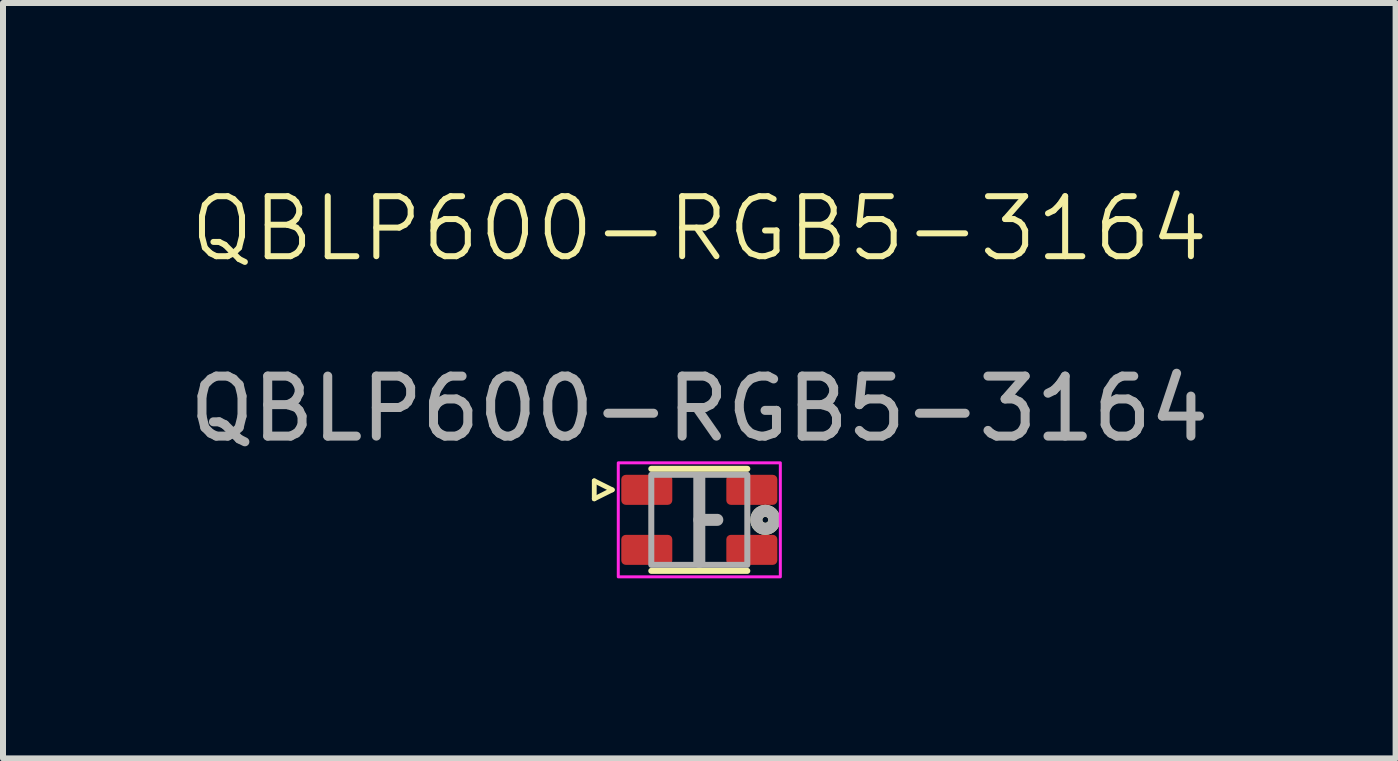
<source format=kicad_pcb>
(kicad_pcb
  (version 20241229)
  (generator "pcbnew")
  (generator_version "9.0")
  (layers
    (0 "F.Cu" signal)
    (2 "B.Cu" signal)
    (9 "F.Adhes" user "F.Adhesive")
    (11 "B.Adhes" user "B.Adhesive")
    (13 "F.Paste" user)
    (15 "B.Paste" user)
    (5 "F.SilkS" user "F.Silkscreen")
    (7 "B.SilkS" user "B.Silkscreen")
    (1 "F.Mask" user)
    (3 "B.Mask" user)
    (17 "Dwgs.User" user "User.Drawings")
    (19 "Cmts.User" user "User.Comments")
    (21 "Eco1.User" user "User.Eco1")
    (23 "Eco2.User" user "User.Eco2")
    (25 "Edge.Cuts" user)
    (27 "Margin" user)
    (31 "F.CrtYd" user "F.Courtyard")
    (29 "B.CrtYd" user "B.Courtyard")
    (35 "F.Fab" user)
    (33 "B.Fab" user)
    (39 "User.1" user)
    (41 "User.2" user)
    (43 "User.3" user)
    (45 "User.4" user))
  (footprint "QBLP600-RGB5-3164"
    (layer "F.Cu")
    (at 8.601 5.611)
    (property "Reference" "QBLP600-RGB5-3164" (at 0 -4.85 0) (unlocked yes) (layer "F.SilkS") (effects (font (size 1 1) (thickness 0.1))))
    (attr smd)
    (fp_line (start -1.75 -0.65) (end -1.75 -0.35) (stroke (width 0.08) (type solid)) (layer "F.SilkS"))
    (fp_line (start -1.75 -0.35) (end -1.45 -0.5) (stroke (width 0.08) (type solid)) (layer "F.SilkS"))
    (fp_line (start -1.45 -0.5) (end -1.75 -0.65) (stroke (width 0.08) (type solid)) (layer "F.SilkS"))
    (fp_line (start -0.8 -0.85) (end 0.8 -0.85) (stroke (width 0.1) (type default)) (layer "F.SilkS"))
    (fp_line (start -0.8 0.85) (end 0.8 0.85) (stroke (width 0.1) (type default)) (layer "F.SilkS"))
    (fp_circle (center 1.1 0) (end 1.15 0) (stroke (width 0.2) (type solid)) (fill no) (layer "F.SilkS"))
    (fp_rect (start -1.35 -0.95) (end 1.35 0.95) (stroke (width 0.05) (type default)) (fill no) (layer "F.CrtYd"))
    (fp_line (start 0 -0.7) (end 0 0.7) (stroke (width 0.2) (type solid)) (layer "F.Fab"))
    (fp_line (start 0 0) (end 0.3 0) (stroke (width 0.2) (type solid)) (layer "F.Fab"))
    (fp_rect (start -0.8 -0.75) (end 0.8 0.75) (stroke (width 0.1) (type solid)) (fill no) (layer "F.Fab"))
    (fp_circle (center 1.1 0) (end 1.15 0) (stroke (width 0.2) (type solid)) (fill no) (layer "F.Fab"))
    (fp_text user "${REFERENCE}" (at 0 -1.85 0) (unlocked yes) (layer "F.Fab") (effects (font (size 1 1) (thickness 0.15))))
    (pad "1" smd roundrect (at -0.875 -0.5) (size 0.85 0.5) (layers "F.Cu" "F.Mask" "F.Paste") (roundrect_rratio 0.15))
    (pad "2" smd roundrect (at 0.875 -0.5) (size 0.85 0.5) (layers "F.Cu" "F.Mask" "F.Paste") (roundrect_rratio 0.15))
    (pad "3" smd roundrect (at -0.875 0.5) (size 0.85 0.5) (layers "F.Cu" "F.Mask" "F.Paste") (roundrect_rratio 0.15))
    (pad "4" smd roundrect (at 0.875 0.5) (size 0.85 0.5) (layers "F.Cu" "F.Mask" "F.Paste") (roundrect_rratio 0.15)))
  (gr_rect
    (start -3 -3)
    (end 20.202 9.585)
    (stroke (width 0.1) (type default))
    (fill no)
    (layer "Edge.Cuts")))
</source>
